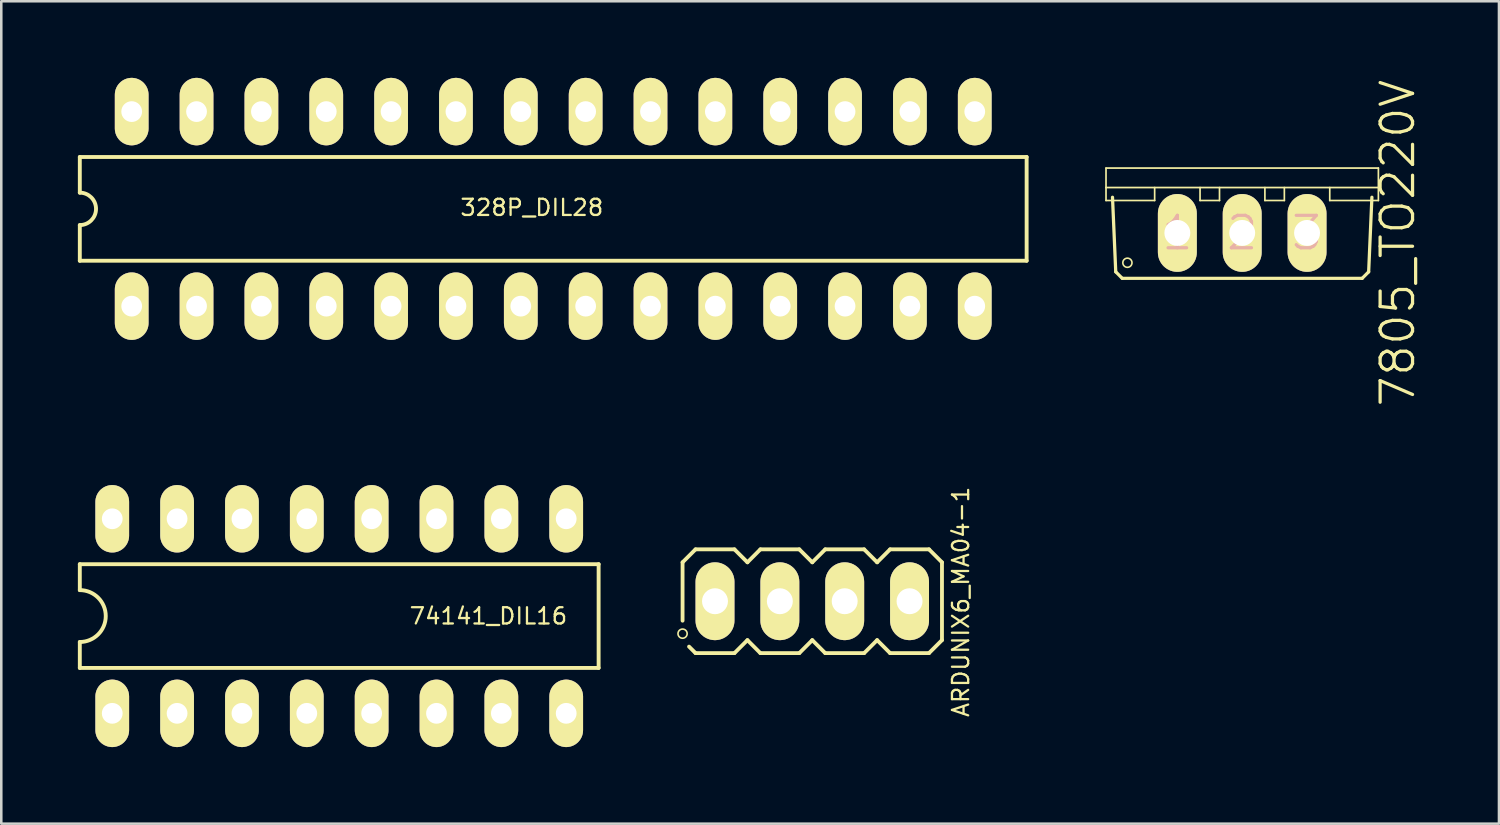
<source format=kicad_pcb>
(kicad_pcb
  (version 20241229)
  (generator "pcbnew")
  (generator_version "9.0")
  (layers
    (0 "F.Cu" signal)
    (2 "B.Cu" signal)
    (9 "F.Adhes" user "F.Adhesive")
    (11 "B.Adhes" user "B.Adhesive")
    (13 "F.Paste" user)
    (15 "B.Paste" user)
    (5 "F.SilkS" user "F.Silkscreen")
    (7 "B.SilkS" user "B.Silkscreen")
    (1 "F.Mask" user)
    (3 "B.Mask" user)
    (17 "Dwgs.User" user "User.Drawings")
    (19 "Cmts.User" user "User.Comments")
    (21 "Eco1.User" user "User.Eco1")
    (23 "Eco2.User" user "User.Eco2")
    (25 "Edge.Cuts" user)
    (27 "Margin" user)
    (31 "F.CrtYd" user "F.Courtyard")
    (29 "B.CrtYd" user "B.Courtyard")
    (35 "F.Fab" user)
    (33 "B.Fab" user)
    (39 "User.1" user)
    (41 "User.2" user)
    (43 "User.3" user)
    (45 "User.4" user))
  (footprint "7805_TO220V"
    (layer "F.Cu")
    (at 45.603 3.533)
    (property "Reference" "7805_TO220V" (at 6.091 2.941 90) (layer "F.SilkS") (effects (font (size 1.27 1.27) (thickness 0.127))))
    (attr exclude_from_pos_files exclude_from_bom)
    (fp_line (start -5.334 0) (end 5.334 0) (stroke (width 0.066) (type solid)) (layer "F.SilkS"))
    (fp_line (start -5.334 0.762) (end -5.334 0) (stroke (width 0.066) (type solid)) (layer "F.SilkS"))
    (fp_line (start -5.334 0.762) (end 5.334 0.762) (stroke (width 0.066) (type solid)) (layer "F.SilkS"))
    (fp_line (start -5.334 1.27) (end -5.334 0.762) (stroke (width 0.066) (type solid)) (layer "F.SilkS"))
    (fp_line (start -5.334 1.27) (end -3.429 1.27) (stroke (width 0.066) (type solid)) (layer "F.SilkS"))
    (fp_line (start -4.953 4.064) (end -5.08 1.143) (stroke (width 0.127) (type solid)) (layer "F.SilkS"))
    (fp_line (start -4.953 4.064) (end -4.699 4.318) (stroke (width 0.127) (type solid)) (layer "F.SilkS"))
    (fp_line (start -3.429 1.27) (end -3.429 0.762) (stroke (width 0.066) (type solid)) (layer "F.SilkS"))
    (fp_line (start -1.651 1.27) (end -1.651 0.762) (stroke (width 0.066) (type solid)) (layer "F.SilkS"))
    (fp_line (start -1.651 1.27) (end -0.889 1.27) (stroke (width 0.066) (type solid)) (layer "F.SilkS"))
    (fp_line (start -0.889 1.27) (end -0.889 0.762) (stroke (width 0.066) (type solid)) (layer "F.SilkS"))
    (fp_line (start 0.889 1.27) (end 0.889 0.762) (stroke (width 0.066) (type solid)) (layer "F.SilkS"))
    (fp_line (start 0.889 1.27) (end 1.651 1.27) (stroke (width 0.066) (type solid)) (layer "F.SilkS"))
    (fp_line (start 1.651 1.27) (end 1.651 0.762) (stroke (width 0.066) (type solid)) (layer "F.SilkS"))
    (fp_line (start 3.429 1.27) (end 3.429 0.762) (stroke (width 0.066) (type solid)) (layer "F.SilkS"))
    (fp_line (start 3.429 1.27) (end 5.334 1.27) (stroke (width 0.066) (type solid)) (layer "F.SilkS"))
    (fp_line (start 4.699 4.318) (end -4.699 4.318) (stroke (width 0.127) (type solid)) (layer "F.SilkS"))
    (fp_line (start 4.699 4.318) (end 4.953 4.064) (stroke (width 0.127) (type solid)) (layer "F.SilkS"))
    (fp_line (start 5.08 1.143) (end 4.953 4.064) (stroke (width 0.127) (type solid)) (layer "F.SilkS"))
    (fp_line (start 5.334 0.762) (end 5.334 0) (stroke (width 0.066) (type solid)) (layer "F.SilkS"))
    (fp_line (start 5.334 1.27) (end 5.334 0.762) (stroke (width 0.066) (type solid)) (layer "F.SilkS"))
    (fp_circle (center -4.496 3.708) (end -4.623 3.835) (stroke (width 0.064) (type solid)) (fill no) (layer "F.SilkS"))
    (fp_text user "2" (at 0 2.54 0) (layer "B.SilkS") (effects (font (size 1.27 1.27) (thickness 0.127))))
    (fp_text user "1" (at -2.54 2.54 0) (layer "B.SilkS") (effects (font (size 1.27 1.27) (thickness 0.127))))
    (fp_text user "3" (at 2.54 2.54 0) (layer "B.SilkS") (effects (font (size 1.27 1.27) (thickness 0.127))))
    (pad "1" thru_hole oval (at -2.54 2.54 180) (size 1.524 3.048) (drill 1.016) (layers "*.Cu" "F.Mask" "F.SilkS" "F.Paste"))
    (pad "2" thru_hole oval (at 0 2.54 180) (size 1.524 3.048) (drill 1.016) (layers "*.Cu" "F.Mask" "F.SilkS" "F.Paste"))
    (pad "3" thru_hole oval (at 2.54 2.54 180) (size 1.524 3.048) (drill 1.016) (layers "*.Cu" "F.Mask" "F.SilkS" "F.Paste")))
  (footprint "ARDUNIX6_MA04-1"
    (layer "F.Cu")
    (at 28.764 20.498)
    (property "Reference" "ARDUNIX6_MA04-1" (at 5.817 0.025 90) (layer "F.SilkS") (effects (font (size 0.635 0.635) (thickness 0.089))))
    (attr exclude_from_pos_files exclude_from_bom)
    (fp_line (start -5.08 -1.524) (end -5.08 0.762) (stroke (width 0.15) (type solid)) (layer "F.SilkS"))
    (fp_line (start -4.572 -2.032) (end -5.08 -1.524) (stroke (width 0.15) (type solid)) (layer "F.SilkS"))
    (fp_line (start -4.572 2.032) (end -4.826 1.778) (stroke (width 0.15) (type solid)) (layer "F.SilkS"))
    (fp_line (start -4.064 -0.254) (end -3.556 -0.254) (stroke (width 0.066) (type solid)) (layer "F.SilkS"))
    (fp_line (start -4.064 0.254) (end -4.064 -0.254) (stroke (width 0.066) (type solid)) (layer "F.SilkS"))
    (fp_line (start -4.064 0.254) (end -3.556 0.254) (stroke (width 0.066) (type solid)) (layer "F.SilkS"))
    (fp_line (start -3.556 0.254) (end -3.556 -0.254) (stroke (width 0.066) (type solid)) (layer "F.SilkS"))
    (fp_line (start -3.048 -2.032) (end -4.572 -2.032) (stroke (width 0.15) (type solid)) (layer "F.SilkS"))
    (fp_line (start -3.048 2.032) (end -4.572 2.032) (stroke (width 0.15) (type solid)) (layer "F.SilkS"))
    (fp_line (start -2.54 -1.524) (end -3.048 -2.032) (stroke (width 0.15) (type solid)) (layer "F.SilkS"))
    (fp_line (start -2.54 1.524) (end -3.048 2.032) (stroke (width 0.15) (type solid)) (layer "F.SilkS"))
    (fp_line (start -2.54 1.524) (end -2.032 2.032) (stroke (width 0.15) (type solid)) (layer "F.SilkS"))
    (fp_line (start -2.032 -2.032) (end -2.54 -1.524) (stroke (width 0.15) (type solid)) (layer "F.SilkS"))
    (fp_line (start -2.032 2.032) (end -0.508 2.032) (stroke (width 0.15) (type solid)) (layer "F.SilkS"))
    (fp_line (start -1.524 -0.254) (end -1.016 -0.254) (stroke (width 0.066) (type solid)) (layer "F.SilkS"))
    (fp_line (start -1.524 0.254) (end -1.524 -0.254) (stroke (width 0.066) (type solid)) (layer "F.SilkS"))
    (fp_line (start -1.524 0.254) (end -1.016 0.254) (stroke (width 0.066) (type solid)) (layer "F.SilkS"))
    (fp_line (start -1.016 0.254) (end -1.016 -0.254) (stroke (width 0.066) (type solid)) (layer "F.SilkS"))
    (fp_line (start -0.508 -2.032) (end -2.032 -2.032) (stroke (width 0.15) (type solid)) (layer "F.SilkS"))
    (fp_line (start -0.508 2.032) (end 0 1.524) (stroke (width 0.15) (type solid)) (layer "F.SilkS"))
    (fp_line (start 0 -1.524) (end -0.508 -2.032) (stroke (width 0.15) (type solid)) (layer "F.SilkS"))
    (fp_line (start 0 1.524) (end 0.508 2.032) (stroke (width 0.15) (type solid)) (layer "F.SilkS"))
    (fp_line (start 0.508 -2.032) (end 0 -1.524) (stroke (width 0.15) (type solid)) (layer "F.SilkS"))
    (fp_line (start 0.508 2.032) (end 2.032 2.032) (stroke (width 0.15) (type solid)) (layer "F.SilkS"))
    (fp_line (start 1.016 -0.254) (end 1.524 -0.254) (stroke (width 0.066) (type solid)) (layer "F.SilkS"))
    (fp_line (start 1.016 0.254) (end 1.016 -0.254) (stroke (width 0.066) (type solid)) (layer "F.SilkS"))
    (fp_line (start 1.016 0.254) (end 1.524 0.254) (stroke (width 0.066) (type solid)) (layer "F.SilkS"))
    (fp_line (start 1.524 0.254) (end 1.524 -0.254) (stroke (width 0.066) (type solid)) (layer "F.SilkS"))
    (fp_line (start 2.032 -2.032) (end 0.508 -2.032) (stroke (width 0.15) (type solid)) (layer "F.SilkS"))
    (fp_line (start 2.032 2.032) (end 2.54 1.524) (stroke (width 0.15) (type solid)) (layer "F.SilkS"))
    (fp_line (start 2.54 -1.524) (end 2.032 -2.032) (stroke (width 0.15) (type solid)) (layer "F.SilkS"))
    (fp_line (start 2.54 -1.524) (end 3.048 -2.032) (stroke (width 0.15) (type solid)) (layer "F.SilkS"))
    (fp_line (start 2.54 1.524) (end 3.048 2.032) (stroke (width 0.15) (type solid)) (layer "F.SilkS"))
    (fp_line (start 3.048 2.032) (end 4.572 2.032) (stroke (width 0.15) (type solid)) (layer "F.SilkS"))
    (fp_line (start 3.556 -0.254) (end 4.064 -0.254) (stroke (width 0.066) (type solid)) (layer "F.SilkS"))
    (fp_line (start 3.556 0.254) (end 3.556 -0.254) (stroke (width 0.066) (type solid)) (layer "F.SilkS"))
    (fp_line (start 3.556 0.254) (end 4.064 0.254) (stroke (width 0.066) (type solid)) (layer "F.SilkS"))
    (fp_line (start 4.064 0.254) (end 4.064 -0.254) (stroke (width 0.066) (type solid)) (layer "F.SilkS"))
    (fp_line (start 4.572 -2.032) (end 3.048 -2.032) (stroke (width 0.15) (type solid)) (layer "F.SilkS"))
    (fp_line (start 4.572 2.032) (end 5.08 1.524) (stroke (width 0.15) (type solid)) (layer "F.SilkS"))
    (fp_line (start 5.08 -1.524) (end 4.572 -2.032) (stroke (width 0.15) (type solid)) (layer "F.SilkS"))
    (fp_line (start 5.08 1.524) (end 5.08 -1.524) (stroke (width 0.15) (type solid)) (layer "F.SilkS"))
    (fp_circle (center -5.08 1.27) (end -5.207 1.397) (stroke (width 0.064) (type solid)) (fill no) (layer "F.SilkS"))
    (pad "1" thru_hole oval (at -3.81 0 180) (size 1.524 3.048) (drill 1.016) (layers "*.Cu" "F.Mask" "F.SilkS" "F.Paste"))
    (pad "2" thru_hole oval (at -1.27 0 180) (size 1.524 3.048) (drill 1.016) (layers "*.Cu" "F.Mask" "F.SilkS" "F.Paste"))
    (pad "3" thru_hole oval (at 1.27 0 180) (size 1.524 3.048) (drill 1.016) (layers "*.Cu" "F.Mask" "F.SilkS" "F.Paste"))
    (pad "4" thru_hole oval (at 3.81 0 180) (size 1.524 3.048) (drill 1.016) (layers "*.Cu" "F.Mask" "F.SilkS" "F.Paste")))
  (footprint "328P_DIL28"
    (layer "F.Cu")
    (at 18.618 5.131)
    (property "Reference" "328P_DIL28" (at -0.838 -0.051 0) (layer "F.SilkS") (effects (font (size 0.635 0.635) (thickness 0.089))))
    (attr exclude_from_pos_files exclude_from_bom)
    (fp_line (start -18.542 -2.032) (end -18.542 -0.635) (stroke (width 0.152) (type solid)) (layer "F.SilkS"))
    (fp_line (start -18.542 -2.032) (end 18.542 -2.032) (stroke (width 0.152) (type solid)) (layer "F.SilkS"))
    (fp_line (start -18.542 0.635) (end -18.542 2.032) (stroke (width 0.152) (type solid)) (layer "F.SilkS"))
    (fp_line (start -18.542 2.032) (end 18.542 2.032) (stroke (width 0.152) (type solid)) (layer "F.SilkS"))
    (fp_line (start 18.542 -2.032) (end 18.542 2.032) (stroke (width 0.152) (type solid)) (layer "F.SilkS"))
    (fp_arc (start -18.542 -0.635) (mid -17.907 0) (end -18.542 0.635) (stroke (width 0.1524) (type solid)) (layer "F.SilkS"))
    (pad "1" thru_hole oval (at -16.51 3.81 180) (size 1.321 2.642) (drill 0.813) (layers "*.Cu" "F.Mask" "F.SilkS" "F.Paste"))
    (pad "2" thru_hole oval (at -13.97 3.81 180) (size 1.321 2.642) (drill 0.813) (layers "*.Cu" "F.Mask" "F.SilkS" "F.Paste"))
    (pad "3" thru_hole oval (at -11.43 3.81 180) (size 1.321 2.642) (drill 0.813) (layers "*.Cu" "F.Mask" "F.SilkS" "F.Paste"))
    (pad "4" thru_hole oval (at -8.89 3.81 180) (size 1.321 2.642) (drill 0.813) (layers "*.Cu" "F.Mask" "F.SilkS" "F.Paste"))
    (pad "5" thru_hole oval (at -6.35 3.81 180) (size 1.321 2.642) (drill 0.813) (layers "*.Cu" "F.Mask" "F.SilkS" "F.Paste"))
    (pad "6" thru_hole oval (at -3.81 3.81 180) (size 1.321 2.642) (drill 0.813) (layers "*.Cu" "F.Mask" "F.SilkS" "F.Paste"))
    (pad "7" thru_hole oval (at -1.27 3.81 180) (size 1.321 2.642) (drill 0.813) (layers "*.Cu" "F.Mask" "F.SilkS" "F.Paste"))
    (pad "8" thru_hole oval (at 1.27 3.81 180) (size 1.321 2.642) (drill 0.813) (layers "*.Cu" "F.Mask" "F.SilkS" "F.Paste"))
    (pad "9" thru_hole oval (at 3.81 3.81 180) (size 1.321 2.642) (drill 0.813) (layers "*.Cu" "F.Mask" "F.SilkS" "F.Paste"))
    (pad "10" thru_hole oval (at 6.35 3.81 180) (size 1.321 2.642) (drill 0.813) (layers "*.Cu" "F.Mask" "F.SilkS" "F.Paste"))
    (pad "11" thru_hole oval (at 8.89 3.81 180) (size 1.321 2.642) (drill 0.813) (layers "*.Cu" "F.Mask" "F.SilkS" "F.Paste"))
    (pad "12" thru_hole oval (at 11.43 3.81 180) (size 1.321 2.642) (drill 0.813) (layers "*.Cu" "F.Mask" "F.SilkS" "F.Paste"))
    (pad "13" thru_hole oval (at 13.97 3.81 180) (size 1.321 2.642) (drill 0.813) (layers "*.Cu" "F.Mask" "F.SilkS" "F.Paste"))
    (pad "14" thru_hole oval (at 16.51 3.81 180) (size 1.321 2.642) (drill 0.813) (layers "*.Cu" "F.Mask" "F.SilkS" "F.Paste"))
    (pad "15" thru_hole oval (at 16.51 -3.81 180) (size 1.321 2.642) (drill 0.813) (layers "*.Cu" "F.Mask" "F.SilkS" "F.Paste"))
    (pad "16" thru_hole oval (at 13.97 -3.81 180) (size 1.321 2.642) (drill 0.813) (layers "*.Cu" "F.Mask" "F.SilkS" "F.Paste"))
    (pad "17" thru_hole oval (at 11.43 -3.81 180) (size 1.321 2.642) (drill 0.813) (layers "*.Cu" "F.Mask" "F.SilkS" "F.Paste"))
    (pad "18" thru_hole oval (at 8.89 -3.81 180) (size 1.321 2.642) (drill 0.813) (layers "*.Cu" "F.Mask" "F.SilkS" "F.Paste"))
    (pad "19" thru_hole oval (at 6.35 -3.81 180) (size 1.321 2.642) (drill 0.813) (layers "*.Cu" "F.Mask" "F.SilkS" "F.Paste"))
    (pad "20" thru_hole oval (at 3.81 -3.81 180) (size 1.321 2.642) (drill 0.813) (layers "*.Cu" "F.Mask" "F.SilkS" "F.Paste"))
    (pad "21" thru_hole oval (at 1.27 -3.81 180) (size 1.321 2.642) (drill 0.813) (layers "*.Cu" "F.Mask" "F.SilkS" "F.Paste"))
    (pad "22" thru_hole oval (at -1.27 -3.81 180) (size 1.321 2.642) (drill 0.813) (layers "*.Cu" "F.Mask" "F.SilkS" "F.Paste"))
    (pad "23" thru_hole oval (at -3.81 -3.81 180) (size 1.321 2.642) (drill 0.813) (layers "*.Cu" "F.Mask" "F.SilkS" "F.Paste"))
    (pad "24" thru_hole oval (at -6.35 -3.81 180) (size 1.321 2.642) (drill 0.813) (layers "*.Cu" "F.Mask" "F.SilkS" "F.Paste"))
    (pad "25" thru_hole oval (at -8.89 -3.81 180) (size 1.321 2.642) (drill 0.813) (layers "*.Cu" "F.Mask" "F.SilkS" "F.Paste"))
    (pad "26" thru_hole oval (at -11.43 -3.81 180) (size 1.321 2.642) (drill 0.813) (layers "*.Cu" "F.Mask" "F.SilkS" "F.Paste"))
    (pad "27" thru_hole oval (at -13.97 -3.81 180) (size 1.321 2.642) (drill 0.813) (layers "*.Cu" "F.Mask" "F.SilkS" "F.Paste"))
    (pad "28" thru_hole oval (at -16.51 -3.81 180) (size 1.321 2.642) (drill 0.813) (layers "*.Cu" "F.Mask" "F.SilkS" "F.Paste")))
  (footprint "74141_DIL16"
    (layer "F.Cu")
    (at 10.236 21.079)
    (property "Reference" "74141_DIL16" (at 5.842 0 0) (layer "F.SilkS") (effects (font (size 0.635 0.635) (thickness 0.089))))
    (attr exclude_from_pos_files exclude_from_bom)
    (fp_line (start -10.16 -2.032) (end -10.16 -1.016) (stroke (width 0.152) (type solid)) (layer "F.SilkS"))
    (fp_line (start -10.16 2.032) (end -10.16 1.016) (stroke (width 0.152) (type solid)) (layer "F.SilkS"))
    (fp_line (start -10.16 2.032) (end 10.16 2.032) (stroke (width 0.152) (type solid)) (layer "F.SilkS"))
    (fp_line (start 10.16 -2.032) (end -10.16 -2.032) (stroke (width 0.152) (type solid)) (layer "F.SilkS"))
    (fp_line (start 10.16 -2.032) (end 10.16 2.032) (stroke (width 0.152) (type solid)) (layer "F.SilkS"))
    (fp_arc (start -10.16 -1.016) (mid -9.144 0) (end -10.16 1.016) (stroke (width 0.1524) (type solid)) (layer "F.SilkS"))
    (pad "1" thru_hole oval (at -8.89 3.81 180) (size 1.321 2.642) (drill 0.813) (layers "*.Cu" "F.Mask" "F.SilkS" "F.Paste"))
    (pad "2" thru_hole oval (at -6.35 3.81 180) (size 1.321 2.642) (drill 0.813) (layers "*.Cu" "F.Mask" "F.SilkS" "F.Paste"))
    (pad "3" thru_hole oval (at -3.81 3.81 180) (size 1.321 2.642) (drill 0.813) (layers "*.Cu" "F.Mask" "F.SilkS" "F.Paste"))
    (pad "4" thru_hole oval (at -1.27 3.81 180) (size 1.321 2.642) (drill 0.813) (layers "*.Cu" "F.Mask" "F.SilkS" "F.Paste"))
    (pad "5" thru_hole oval (at 1.27 3.81 180) (size 1.321 2.642) (drill 0.813) (layers "*.Cu" "F.Mask" "F.SilkS" "F.Paste"))
    (pad "6" thru_hole oval (at 3.81 3.81 180) (size 1.321 2.642) (drill 0.813) (layers "*.Cu" "F.Mask" "F.SilkS" "F.Paste"))
    (pad "7" thru_hole oval (at 6.35 3.81 180) (size 1.321 2.642) (drill 0.813) (layers "*.Cu" "F.Mask" "F.SilkS" "F.Paste"))
    (pad "8" thru_hole oval (at 8.89 3.81 180) (size 1.321 2.642) (drill 0.813) (layers "*.Cu" "F.Mask" "F.SilkS" "F.Paste"))
    (pad "9" thru_hole oval (at 8.89 -3.81 180) (size 1.321 2.642) (drill 0.813) (layers "*.Cu" "F.Mask" "F.SilkS" "F.Paste"))
    (pad "10" thru_hole oval (at 6.35 -3.81 180) (size 1.321 2.642) (drill 0.813) (layers "*.Cu" "F.Mask" "F.SilkS" "F.Paste"))
    (pad "11" thru_hole oval (at 3.81 -3.81 180) (size 1.321 2.642) (drill 0.813) (layers "*.Cu" "F.Mask" "F.SilkS" "F.Paste"))
    (pad "12" thru_hole oval (at 1.27 -3.81 180) (size 1.321 2.642) (drill 0.813) (layers "*.Cu" "F.Mask" "F.SilkS" "F.Paste"))
    (pad "13" thru_hole oval (at -1.27 -3.81 180) (size 1.321 2.642) (drill 0.813) (layers "*.Cu" "F.Mask" "F.SilkS" "F.Paste"))
    (pad "14" thru_hole oval (at -3.81 -3.81 180) (size 1.321 2.642) (drill 0.813) (layers "*.Cu" "F.Mask" "F.SilkS" "F.Paste"))
    (pad "15" thru_hole oval (at -6.35 -3.81 180) (size 1.321 2.642) (drill 0.813) (layers "*.Cu" "F.Mask" "F.SilkS" "F.Paste"))
    (pad "16" thru_hole oval (at -8.89 -3.81 180) (size 1.321 2.642) (drill 0.813) (layers "*.Cu" "F.Mask" "F.SilkS" "F.Paste")))
  (gr_rect
    (start -3 -3)
    (end 55.66 29.21)
    (stroke (width 0.1) (type default))
    (fill no)
    (layer "Edge.Cuts")))
</source>
